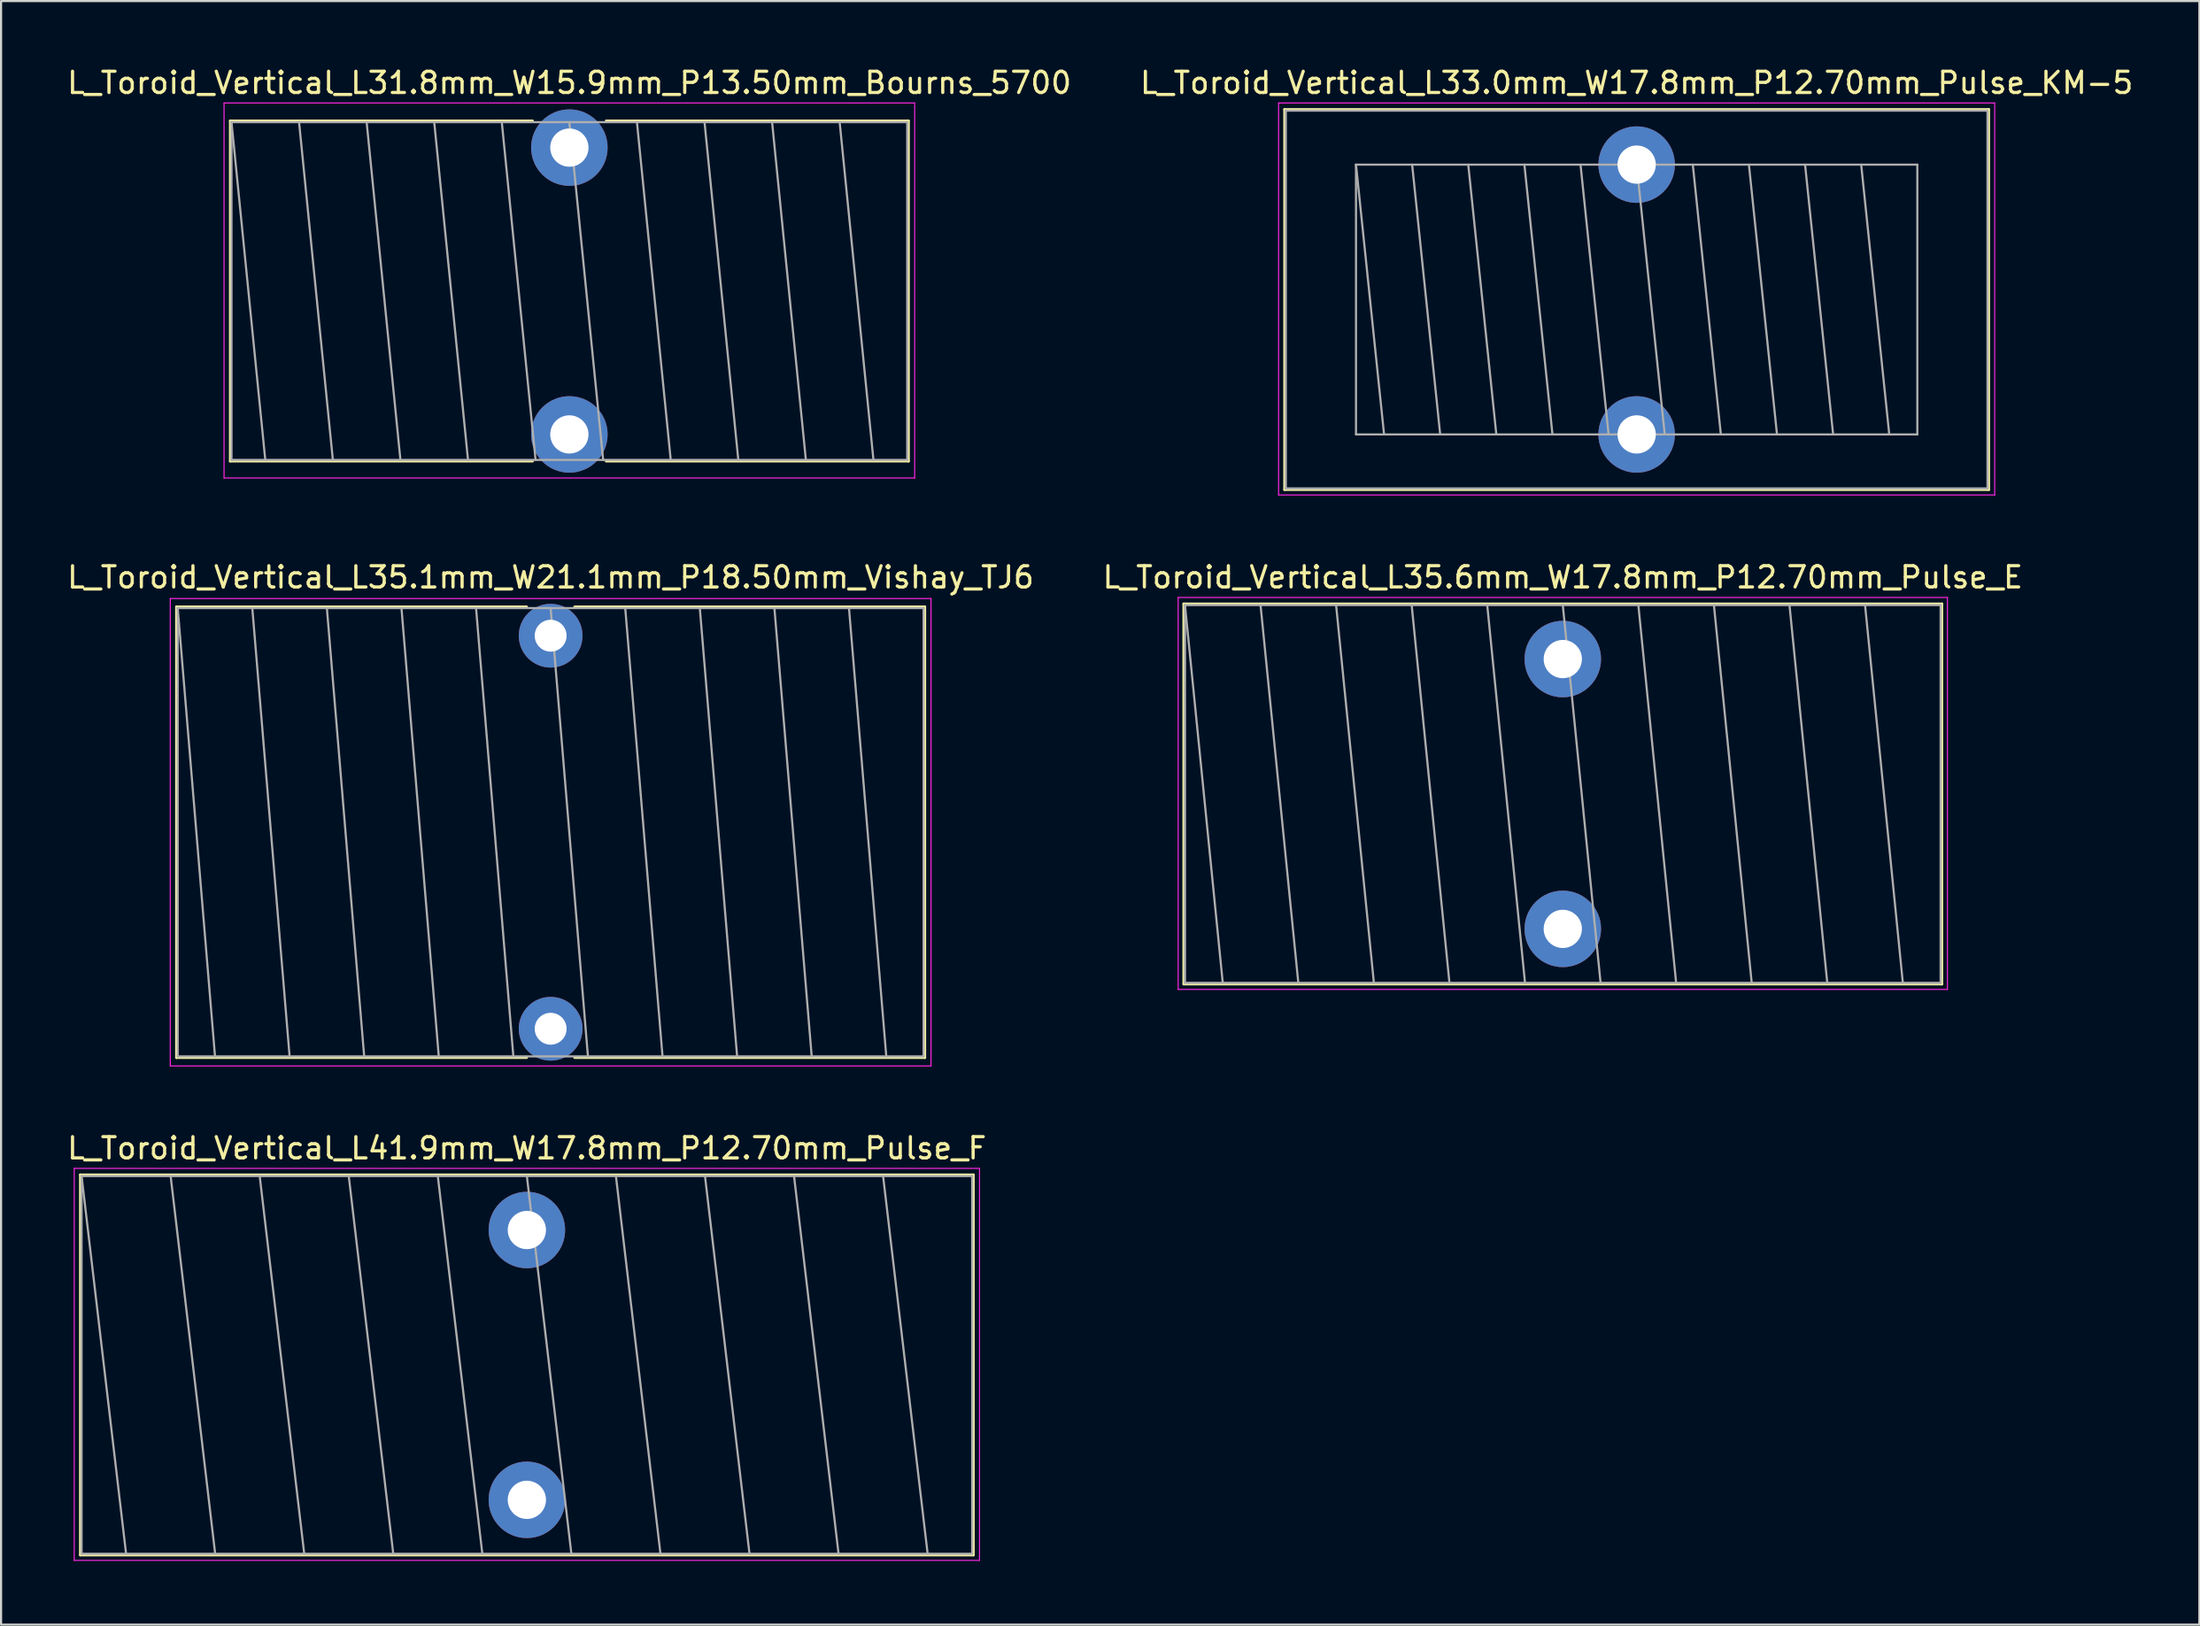
<source format=kicad_pcb>
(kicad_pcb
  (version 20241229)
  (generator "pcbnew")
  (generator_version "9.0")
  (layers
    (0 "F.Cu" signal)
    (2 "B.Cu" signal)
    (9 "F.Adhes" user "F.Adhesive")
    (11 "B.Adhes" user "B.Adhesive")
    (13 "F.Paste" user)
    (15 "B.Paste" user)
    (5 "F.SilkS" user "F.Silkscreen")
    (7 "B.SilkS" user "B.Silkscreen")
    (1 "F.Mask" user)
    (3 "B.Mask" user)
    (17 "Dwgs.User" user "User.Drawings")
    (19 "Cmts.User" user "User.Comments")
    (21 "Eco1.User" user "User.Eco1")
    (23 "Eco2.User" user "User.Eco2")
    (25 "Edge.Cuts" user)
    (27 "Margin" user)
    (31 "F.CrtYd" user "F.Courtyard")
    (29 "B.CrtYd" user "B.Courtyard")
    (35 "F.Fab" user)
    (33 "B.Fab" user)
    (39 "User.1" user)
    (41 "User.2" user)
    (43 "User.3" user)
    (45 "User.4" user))
  (footprint "L_Toroid_Vertical_L35.1mm_W21.1mm_P18.50mm_Vishay_TJ6"
    (layer "F.Cu")
    (at 22.863 26.872)
    (property "Reference" "L_Toroid_Vertical_L35.1mm_W21.1mm_P18.50mm_Vishay_TJ6" (at 0 -2.75 0) (layer "F.SilkS") (effects (font (size 1 1) (thickness 0.15))))
    (attr through_hole)
    (fp_line (start -17.61 -1.361) (end -17.61 19.861) (stroke (width 0.12) (type solid)) (layer "F.SilkS"))
    (fp_line (start -17.61 -1.361) (end -1.127 -1.361) (stroke (width 0.12) (type solid)) (layer "F.SilkS"))
    (fp_line (start -17.61 19.861) (end -1.127 19.861) (stroke (width 0.12) (type solid)) (layer "F.SilkS"))
    (fp_line (start 1.127 -1.361) (end 17.61 -1.361) (stroke (width 0.12) (type solid)) (layer "F.SilkS"))
    (fp_line (start 1.127 19.861) (end 17.61 19.861) (stroke (width 0.12) (type solid)) (layer "F.SilkS"))
    (fp_line (start 17.61 -1.361) (end 17.61 19.861) (stroke (width 0.12) (type solid)) (layer "F.SilkS"))
    (fp_line (start -17.9 -1.75) (end -17.9 20.25) (stroke (width 0.05) (type solid)) (layer "F.CrtYd"))
    (fp_line (start -17.9 20.25) (end 17.9 20.25) (stroke (width 0.05) (type solid)) (layer "F.CrtYd"))
    (fp_line (start 17.9 -1.75) (end -17.9 -1.75) (stroke (width 0.05) (type solid)) (layer "F.CrtYd"))
    (fp_line (start 17.9 20.25) (end 17.9 -1.75) (stroke (width 0.05) (type solid)) (layer "F.CrtYd"))
    (fp_line (start -17.55 -1.3) (end -17.55 19.8) (stroke (width 0.1) (type solid)) (layer "F.Fab"))
    (fp_line (start -17.55 -1.3) (end -15.795 19.8) (stroke (width 0.1) (type solid)) (layer "F.Fab"))
    (fp_line (start -17.55 19.8) (end 17.55 19.8) (stroke (width 0.1) (type solid)) (layer "F.Fab"))
    (fp_line (start -14.04 -1.3) (end -12.285 19.8) (stroke (width 0.1) (type solid)) (layer "F.Fab"))
    (fp_line (start -10.53 -1.3) (end -8.775 19.8) (stroke (width 0.1) (type solid)) (layer "F.Fab"))
    (fp_line (start -7.02 -1.3) (end -5.265 19.8) (stroke (width 0.1) (type solid)) (layer "F.Fab"))
    (fp_line (start -3.51 -1.3) (end -1.755 19.8) (stroke (width 0.1) (type solid)) (layer "F.Fab"))
    (fp_line (start 0 -1.3) (end 1.755 19.8) (stroke (width 0.1) (type solid)) (layer "F.Fab"))
    (fp_line (start 3.51 -1.3) (end 5.265 19.8) (stroke (width 0.1) (type solid)) (layer "F.Fab"))
    (fp_line (start 7.02 -1.3) (end 8.775 19.8) (stroke (width 0.1) (type solid)) (layer "F.Fab"))
    (fp_line (start 10.53 -1.3) (end 12.285 19.8) (stroke (width 0.1) (type solid)) (layer "F.Fab"))
    (fp_line (start 14.04 -1.3) (end 15.795 19.8) (stroke (width 0.1) (type solid)) (layer "F.Fab"))
    (fp_line (start 17.55 -1.3) (end -17.55 -1.3) (stroke (width 0.1) (type solid)) (layer "F.Fab"))
    (fp_line (start 17.55 19.8) (end 17.55 -1.3) (stroke (width 0.1) (type solid)) (layer "F.Fab"))
    (pad "1" thru_hole circle (at 0 0) (size 3 3) (drill 1.5) (layers "*.Cu" "*.Mask"))
    (pad "2" thru_hole circle (at 0 18.5) (size 3 3) (drill 1.5) (layers "*.Cu" "*.Mask")))
  (footprint "L_Toroid_Vertical_L41.9mm_W17.8mm_P12.70mm_Pulse_F"
    (layer "F.Cu")
    (at 21.744 54.845)
    (property "Reference" "L_Toroid_Vertical_L41.9mm_W17.8mm_P12.70mm_Pulse_F" (at 0 -3.85 0) (layer "F.SilkS") (effects (font (size 1 1) (thickness 0.15))))
    (attr through_hole)
    (fp_line (start -21.015 -2.6) (end -21.015 15.3) (stroke (width 0.12) (type solid)) (layer "F.SilkS"))
    (fp_line (start -21.015 -2.6) (end 21.015 -2.6) (stroke (width 0.12) (type solid)) (layer "F.SilkS"))
    (fp_line (start -21.015 15.3) (end 21.015 15.3) (stroke (width 0.12) (type solid)) (layer "F.SilkS"))
    (fp_line (start 21.015 -2.6) (end 21.015 15.3) (stroke (width 0.12) (type solid)) (layer "F.SilkS"))
    (fp_line (start -21.3 -2.9) (end -21.3 15.55) (stroke (width 0.05) (type solid)) (layer "F.CrtYd"))
    (fp_line (start -21.3 15.55) (end 21.3 15.55) (stroke (width 0.05) (type solid)) (layer "F.CrtYd"))
    (fp_line (start 21.3 -2.9) (end -21.3 -2.9) (stroke (width 0.05) (type solid)) (layer "F.CrtYd"))
    (fp_line (start 21.3 15.55) (end 21.3 -2.9) (stroke (width 0.05) (type solid)) (layer "F.CrtYd"))
    (fp_line (start -20.955 -2.54) (end -20.955 15.24) (stroke (width 0.1) (type solid)) (layer "F.Fab"))
    (fp_line (start -20.955 -2.54) (end -18.86 15.24) (stroke (width 0.1) (type solid)) (layer "F.Fab"))
    (fp_line (start -20.955 15.24) (end 20.955 15.24) (stroke (width 0.1) (type solid)) (layer "F.Fab"))
    (fp_line (start -16.764 -2.54) (end -14.668 15.24) (stroke (width 0.1) (type solid)) (layer "F.Fab"))
    (fp_line (start -12.573 -2.54) (end -10.477 15.24) (stroke (width 0.1) (type solid)) (layer "F.Fab"))
    (fp_line (start -8.382 -2.54) (end -6.287 15.24) (stroke (width 0.1) (type solid)) (layer "F.Fab"))
    (fp_line (start -4.191 -2.54) (end -2.095 15.24) (stroke (width 0.1) (type solid)) (layer "F.Fab"))
    (fp_line (start 0 -2.54) (end 2.095 15.24) (stroke (width 0.1) (type solid)) (layer "F.Fab"))
    (fp_line (start 4.191 -2.54) (end 6.287 15.24) (stroke (width 0.1) (type solid)) (layer "F.Fab"))
    (fp_line (start 8.382 -2.54) (end 10.477 15.24) (stroke (width 0.1) (type solid)) (layer "F.Fab"))
    (fp_line (start 12.573 -2.54) (end 14.668 15.24) (stroke (width 0.1) (type solid)) (layer "F.Fab"))
    (fp_line (start 16.764 -2.54) (end 18.86 15.24) (stroke (width 0.1) (type solid)) (layer "F.Fab"))
    (fp_line (start 20.955 -2.54) (end -20.955 -2.54) (stroke (width 0.1) (type solid)) (layer "F.Fab"))
    (fp_line (start 20.955 15.24) (end 20.955 -2.54) (stroke (width 0.1) (type solid)) (layer "F.Fab"))
    (pad "1" thru_hole circle (at 0 0) (size 3.6 3.6) (drill 1.8) (layers "*.Cu" "*.Mask"))
    (pad "2" thru_hole circle (at 0 12.7) (size 3.6 3.6) (drill 1.8) (layers "*.Cu" "*.Mask")))
  (footprint "L_Toroid_Vertical_L33.0mm_W17.8mm_P12.70mm_Pulse_KM-5"
    (layer "F.Cu")
    (at 73.97 4.698)
    (property "Reference" "L_Toroid_Vertical_L33.0mm_W17.8mm_P12.70mm_Pulse_KM-5" (at 0 -3.85 0) (layer "F.SilkS") (effects (font (size 1 1) (thickness 0.15))))
    (attr through_hole)
    (fp_line (start -16.57 -2.6) (end -16.57 15.3) (stroke (width 0.12) (type solid)) (layer "F.SilkS"))
    (fp_line (start -16.57 -2.6) (end 16.57 -2.6) (stroke (width 0.12) (type solid)) (layer "F.SilkS"))
    (fp_line (start -16.57 15.3) (end 16.57 15.3) (stroke (width 0.12) (type solid)) (layer "F.SilkS"))
    (fp_line (start 16.57 -2.6) (end 16.57 15.3) (stroke (width 0.12) (type solid)) (layer "F.SilkS"))
    (fp_line (start -16.85 -2.9) (end -16.85 15.55) (stroke (width 0.05) (type solid)) (layer "F.CrtYd"))
    (fp_line (start -16.85 15.55) (end 16.85 15.55) (stroke (width 0.05) (type solid)) (layer "F.CrtYd"))
    (fp_line (start 16.85 -2.9) (end -16.85 -2.9) (stroke (width 0.05) (type solid)) (layer "F.CrtYd"))
    (fp_line (start 16.85 15.55) (end 16.85 -2.9) (stroke (width 0.05) (type solid)) (layer "F.CrtYd"))
    (fp_line (start -16.51 -2.54) (end -16.51 15.24) (stroke (width 0.1) (type solid)) (layer "F.Fab"))
    (fp_line (start -16.51 15.24) (end 16.51 15.24) (stroke (width 0.1) (type solid)) (layer "F.Fab"))
    (fp_line (start -13.208 0) (end -13.208 12.7) (stroke (width 0.1) (type solid)) (layer "F.Fab"))
    (fp_line (start -13.208 0) (end -11.887 12.7) (stroke (width 0.1) (type solid)) (layer "F.Fab"))
    (fp_line (start -13.208 12.7) (end 13.208 12.7) (stroke (width 0.1) (type solid)) (layer "F.Fab"))
    (fp_line (start -10.566 0) (end -9.246 12.7) (stroke (width 0.1) (type solid)) (layer "F.Fab"))
    (fp_line (start -7.925 0) (end -6.604 12.7) (stroke (width 0.1) (type solid)) (layer "F.Fab"))
    (fp_line (start -5.283 0) (end -3.962 12.7) (stroke (width 0.1) (type solid)) (layer "F.Fab"))
    (fp_line (start -2.642 0) (end -1.321 12.7) (stroke (width 0.1) (type solid)) (layer "F.Fab"))
    (fp_line (start 0 0) (end 1.321 12.7) (stroke (width 0.1) (type solid)) (layer "F.Fab"))
    (fp_line (start 2.642 0) (end 3.962 12.7) (stroke (width 0.1) (type solid)) (layer "F.Fab"))
    (fp_line (start 5.283 0) (end 6.604 12.7) (stroke (width 0.1) (type solid)) (layer "F.Fab"))
    (fp_line (start 7.925 0) (end 9.246 12.7) (stroke (width 0.1) (type solid)) (layer "F.Fab"))
    (fp_line (start 10.566 0) (end 11.887 12.7) (stroke (width 0.1) (type solid)) (layer "F.Fab"))
    (fp_line (start 13.208 0) (end -13.208 0) (stroke (width 0.1) (type solid)) (layer "F.Fab"))
    (fp_line (start 13.208 12.7) (end 13.208 0) (stroke (width 0.1) (type solid)) (layer "F.Fab"))
    (fp_line (start 16.51 -2.54) (end -16.51 -2.54) (stroke (width 0.1) (type solid)) (layer "F.Fab"))
    (fp_line (start 16.51 15.24) (end 16.51 -2.54) (stroke (width 0.1) (type solid)) (layer "F.Fab"))
    (pad "1" thru_hole circle (at 0 0) (size 3.6 3.6) (drill 1.8) (layers "*.Cu" "*.Mask"))
    (pad "2" thru_hole circle (at 0 12.7) (size 3.6 3.6) (drill 1.8) (layers "*.Cu" "*.Mask")))
  (footprint "L_Toroid_Vertical_L31.8mm_W15.9mm_P13.50mm_Bourns_5700"
    (layer "F.Cu")
    (at 23.744 3.898)
    (property "Reference" "L_Toroid_Vertical_L31.8mm_W15.9mm_P13.50mm_Bourns_5700" (at 0 -3.05 0) (layer "F.SilkS") (effects (font (size 1 1) (thickness 0.15))))
    (attr through_hole)
    (fp_line (start -15.96 -1.26) (end -15.96 14.76) (stroke (width 0.12) (type solid)) (layer "F.SilkS"))
    (fp_line (start -15.96 -1.26) (end -1.73 -1.26) (stroke (width 0.12) (type solid)) (layer "F.SilkS"))
    (fp_line (start -15.96 14.76) (end -1.73 14.76) (stroke (width 0.12) (type solid)) (layer "F.SilkS"))
    (fp_line (start 1.73 -1.26) (end 15.96 -1.26) (stroke (width 0.12) (type solid)) (layer "F.SilkS"))
    (fp_line (start 1.73 14.76) (end 15.96 14.76) (stroke (width 0.12) (type solid)) (layer "F.SilkS"))
    (fp_line (start 15.96 -1.26) (end 15.96 14.76) (stroke (width 0.12) (type solid)) (layer "F.SilkS"))
    (fp_line (start -16.25 -2.1) (end -16.25 15.55) (stroke (width 0.05) (type solid)) (layer "F.CrtYd"))
    (fp_line (start -16.25 15.55) (end 16.25 15.55) (stroke (width 0.05) (type solid)) (layer "F.CrtYd"))
    (fp_line (start 16.25 -2.1) (end -16.25 -2.1) (stroke (width 0.05) (type solid)) (layer "F.CrtYd"))
    (fp_line (start 16.25 15.55) (end 16.25 -2.1) (stroke (width 0.05) (type solid)) (layer "F.CrtYd"))
    (fp_line (start -15.9 -1.2) (end -15.9 14.7) (stroke (width 0.1) (type solid)) (layer "F.Fab"))
    (fp_line (start -15.9 -1.2) (end -14.31 14.7) (stroke (width 0.1) (type solid)) (layer "F.Fab"))
    (fp_line (start -15.9 14.7) (end 15.9 14.7) (stroke (width 0.1) (type solid)) (layer "F.Fab"))
    (fp_line (start -12.72 -1.2) (end -11.13 14.7) (stroke (width 0.1) (type solid)) (layer "F.Fab"))
    (fp_line (start -9.54 -1.2) (end -7.95 14.7) (stroke (width 0.1) (type solid)) (layer "F.Fab"))
    (fp_line (start -6.36 -1.2) (end -4.77 14.7) (stroke (width 0.1) (type solid)) (layer "F.Fab"))
    (fp_line (start -3.18 -1.2) (end -1.59 14.7) (stroke (width 0.1) (type solid)) (layer "F.Fab"))
    (fp_line (start 0 -1.2) (end 1.59 14.7) (stroke (width 0.1) (type solid)) (layer "F.Fab"))
    (fp_line (start 3.18 -1.2) (end 4.77 14.7) (stroke (width 0.1) (type solid)) (layer "F.Fab"))
    (fp_line (start 6.36 -1.2) (end 7.95 14.7) (stroke (width 0.1) (type solid)) (layer "F.Fab"))
    (fp_line (start 9.54 -1.2) (end 11.13 14.7) (stroke (width 0.1) (type solid)) (layer "F.Fab"))
    (fp_line (start 12.72 -1.2) (end 14.31 14.7) (stroke (width 0.1) (type solid)) (layer "F.Fab"))
    (fp_line (start 15.9 -1.2) (end -15.9 -1.2) (stroke (width 0.1) (type solid)) (layer "F.Fab"))
    (fp_line (start 15.9 14.7) (end 15.9 -1.2) (stroke (width 0.1) (type solid)) (layer "F.Fab"))
    (pad "1" thru_hole circle (at 0 0) (size 3.6 3.6) (drill 1.8) (layers "*.Cu" "*.Mask"))
    (pad "2" thru_hole circle (at 0 13.5) (size 3.6 3.6) (drill 1.8) (layers "*.Cu" "*.Mask")))
  (footprint "L_Toroid_Vertical_L35.6mm_W17.8mm_P12.70mm_Pulse_E"
    (layer "F.Cu")
    (at 70.494 27.971)
    (property "Reference" "L_Toroid_Vertical_L35.6mm_W17.8mm_P12.70mm_Pulse_E" (at 0 -3.85 0) (layer "F.SilkS") (effects (font (size 1 1) (thickness 0.15))))
    (attr through_hole)
    (fp_line (start -17.84 -2.6) (end -17.84 15.3) (stroke (width 0.12) (type solid)) (layer "F.SilkS"))
    (fp_line (start -17.84 -2.6) (end 17.84 -2.6) (stroke (width 0.12) (type solid)) (layer "F.SilkS"))
    (fp_line (start -17.84 15.3) (end 17.84 15.3) (stroke (width 0.12) (type solid)) (layer "F.SilkS"))
    (fp_line (start 17.84 -2.6) (end 17.84 15.3) (stroke (width 0.12) (type solid)) (layer "F.SilkS"))
    (fp_line (start -18.1 -2.9) (end -18.1 15.55) (stroke (width 0.05) (type solid)) (layer "F.CrtYd"))
    (fp_line (start -18.1 15.55) (end 18.1 15.55) (stroke (width 0.05) (type solid)) (layer "F.CrtYd"))
    (fp_line (start 18.1 -2.9) (end -18.1 -2.9) (stroke (width 0.05) (type solid)) (layer "F.CrtYd"))
    (fp_line (start 18.1 15.55) (end 18.1 -2.9) (stroke (width 0.05) (type solid)) (layer "F.CrtYd"))
    (fp_line (start -17.78 -2.54) (end -17.78 15.24) (stroke (width 0.1) (type solid)) (layer "F.Fab"))
    (fp_line (start -17.78 -2.54) (end -16.002 15.24) (stroke (width 0.1) (type solid)) (layer "F.Fab"))
    (fp_line (start -17.78 15.24) (end 17.78 15.24) (stroke (width 0.1) (type solid)) (layer "F.Fab"))
    (fp_line (start -14.224 -2.54) (end -12.446 15.24) (stroke (width 0.1) (type solid)) (layer "F.Fab"))
    (fp_line (start -10.668 -2.54) (end -8.89 15.24) (stroke (width 0.1) (type solid)) (layer "F.Fab"))
    (fp_line (start -7.112 -2.54) (end -5.334 15.24) (stroke (width 0.1) (type solid)) (layer "F.Fab"))
    (fp_line (start -3.556 -2.54) (end -1.778 15.24) (stroke (width 0.1) (type solid)) (layer "F.Fab"))
    (fp_line (start 0 -2.54) (end 1.778 15.24) (stroke (width 0.1) (type solid)) (layer "F.Fab"))
    (fp_line (start 3.556 -2.54) (end 5.334 15.24) (stroke (width 0.1) (type solid)) (layer "F.Fab"))
    (fp_line (start 7.112 -2.54) (end 8.89 15.24) (stroke (width 0.1) (type solid)) (layer "F.Fab"))
    (fp_line (start 10.668 -2.54) (end 12.446 15.24) (stroke (width 0.1) (type solid)) (layer "F.Fab"))
    (fp_line (start 14.224 -2.54) (end 16.002 15.24) (stroke (width 0.1) (type solid)) (layer "F.Fab"))
    (fp_line (start 17.78 -2.54) (end -17.78 -2.54) (stroke (width 0.1) (type solid)) (layer "F.Fab"))
    (fp_line (start 17.78 15.24) (end 17.78 -2.54) (stroke (width 0.1) (type solid)) (layer "F.Fab"))
    (pad "1" thru_hole circle (at 0 0) (size 3.6 3.6) (drill 1.8) (layers "*.Cu" "*.Mask"))
    (pad "2" thru_hole circle (at 0 12.7) (size 3.6 3.6) (drill 1.8) (layers "*.Cu" "*.Mask")))
  (gr_rect
    (start -3 -3)
    (end 100.452 73.42)
    (stroke (width 0.1) (type default))
    (fill no)
    (layer "Edge.Cuts")))
</source>
